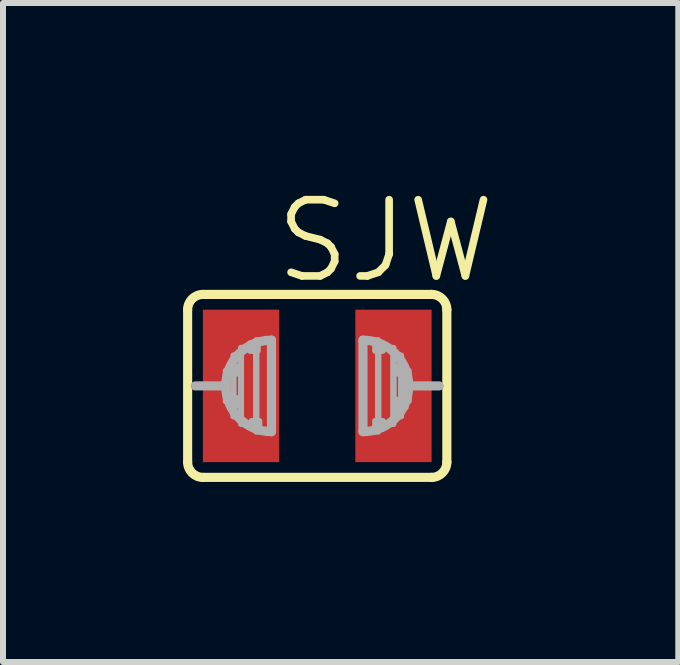
<source format=kicad_pcb>
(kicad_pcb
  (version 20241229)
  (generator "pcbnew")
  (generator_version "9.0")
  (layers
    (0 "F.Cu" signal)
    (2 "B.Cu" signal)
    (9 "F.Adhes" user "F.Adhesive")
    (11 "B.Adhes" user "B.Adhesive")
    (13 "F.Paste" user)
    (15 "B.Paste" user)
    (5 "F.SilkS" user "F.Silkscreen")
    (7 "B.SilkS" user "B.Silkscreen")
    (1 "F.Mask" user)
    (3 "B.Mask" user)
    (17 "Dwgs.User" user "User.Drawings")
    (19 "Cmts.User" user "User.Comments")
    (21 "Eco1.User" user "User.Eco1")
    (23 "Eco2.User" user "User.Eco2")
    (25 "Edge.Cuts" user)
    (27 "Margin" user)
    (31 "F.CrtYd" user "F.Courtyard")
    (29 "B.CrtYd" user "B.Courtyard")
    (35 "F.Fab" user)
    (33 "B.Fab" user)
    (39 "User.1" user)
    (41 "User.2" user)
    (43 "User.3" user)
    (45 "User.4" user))
  (footprint "SJW"
    (layer "F.Cu")
    (at 2.235 3.379)
    (property "Reference" "SJW" (at 1.137 -2.413 0) (layer "F.SilkS") (effects (font (size 1.27 1.27) (thickness 0.127))))
    (attr through_hole)
    (fp_line (start -2.159 1.27) (end -2.159 -1.27) (stroke (width 0.152) (type solid)) (layer "F.SilkS"))
    (fp_line (start -1.905 -1.524) (end 1.905 -1.524) (stroke (width 0.152) (type solid)) (layer "F.SilkS"))
    (fp_line (start 1.905 1.524) (end -1.905 1.524) (stroke (width 0.152) (type solid)) (layer "F.SilkS"))
    (fp_line (start 2.159 1.27) (end 2.159 -1.27) (stroke (width 0.152) (type solid)) (layer "F.SilkS"))
    (fp_arc (start -2.159 -1.27) (mid -2.084605 -1.449605) (end -1.905 -1.524) (stroke (width 0.1524) (type solid)) (layer "F.SilkS"))
    (fp_arc (start -1.905 1.524) (mid -2.084605 1.449605) (end -2.159 1.27) (stroke (width 0.1524) (type solid)) (layer "F.SilkS"))
    (fp_arc (start 1.905 -1.524) (mid 2.084605 -1.449605) (end 2.159 -1.27) (stroke (width 0.1524) (type solid)) (layer "F.SilkS"))
    (fp_arc (start 2.159 1.27) (mid 2.084605 1.449605) (end 1.905 1.524) (stroke (width 0.1524) (type solid)) (layer "F.SilkS"))
    (fp_line (start -1.524 0) (end -2.032 0) (stroke (width 0.152) (type solid)) (layer "F.Fab"))
    (fp_line (start -0.762 -0.762) (end -0.762 0.762) (stroke (width 0.152) (type solid)) (layer "F.Fab"))
    (fp_line (start 0.762 -0.762) (end 0.762 0.762) (stroke (width 0.152) (type solid)) (layer "F.Fab"))
    (fp_line (start 1.524 0) (end 2.032 0) (stroke (width 0.152) (type solid)) (layer "F.Fab"))
    (fp_arc (start -0.762 0.762) (mid -1.524 0) (end -0.762 -0.762) (stroke (width 0.1524) (type solid)) (layer "F.Fab"))
    (fp_arc (start 0.762 -0.762) (mid 1.524 0) (end 0.762 0.762) (stroke (width 0.1524) (type solid)) (layer "F.Fab"))
    (fp_poly (pts (xy -1.524 -0.254) (xy -1.397 -0.254) (xy -1.397 0.254) (xy -1.524 0.254)) (stroke (width 0.1) (type solid)) (fill no) (layer "F.Fab"))
    (fp_poly (pts (xy -1.473 -0.33) (xy -1.346 -0.33) (xy -1.346 -0.203) (xy -1.473 -0.203)) (stroke (width 0.1) (type solid)) (fill no) (layer "F.Fab"))
    (fp_poly (pts (xy -1.448 0.203) (xy -1.321 0.203) (xy -1.321 0.33) (xy -1.448 0.33)) (stroke (width 0.1) (type solid)) (fill no) (layer "F.Fab"))
    (fp_poly (pts (xy -1.397 -0.508) (xy -1.27 -0.508) (xy -1.27 0.508) (xy -1.397 0.508)) (stroke (width 0.1) (type solid)) (fill no) (layer "F.Fab"))
    (fp_poly (pts (xy -1.27 -0.635) (xy -1.016 -0.635) (xy -1.016 0.635) (xy -1.27 0.635)) (stroke (width 0.1) (type solid)) (fill no) (layer "F.Fab"))
    (fp_poly (pts (xy -1.118 -0.711) (xy -0.991 -0.711) (xy -0.991 -0.584) (xy -1.118 -0.584)) (stroke (width 0.1) (type solid)) (fill no) (layer "F.Fab"))
    (fp_poly (pts (xy -1.092 0.584) (xy -0.965 0.584) (xy -0.965 0.711) (xy -1.092 0.711)) (stroke (width 0.1) (type solid)) (fill no) (layer "F.Fab"))
    (fp_poly (pts (xy -1.016 -0.762) (xy -0.762 -0.762) (xy -0.762 0.762) (xy -1.016 0.762)) (stroke (width 0.1) (type solid)) (fill no) (layer "F.Fab"))
    (fp_poly (pts (xy 0.762 -0.762) (xy 1.016 -0.762) (xy 1.016 0.762) (xy 0.762 0.762)) (stroke (width 0.1) (type solid)) (fill no) (layer "F.Fab"))
    (fp_poly (pts (xy 0.965 -0.711) (xy 1.092 -0.711) (xy 1.092 -0.584) (xy 0.965 -0.584)) (stroke (width 0.1) (type solid)) (fill no) (layer "F.Fab"))
    (fp_poly (pts (xy 0.965 0.584) (xy 1.092 0.584) (xy 1.092 0.711) (xy 0.965 0.711)) (stroke (width 0.1) (type solid)) (fill no) (layer "F.Fab"))
    (fp_poly (pts (xy 1.016 -0.635) (xy 1.27 -0.635) (xy 1.27 0.635) (xy 1.016 0.635)) (stroke (width 0.1) (type solid)) (fill no) (layer "F.Fab"))
    (fp_poly (pts (xy 1.27 -0.508) (xy 1.397 -0.508) (xy 1.397 0.508) (xy 1.27 0.508)) (stroke (width 0.1) (type solid)) (fill no) (layer "F.Fab"))
    (fp_poly (pts (xy 1.346 -0.33) (xy 1.473 -0.33) (xy 1.473 -0.203) (xy 1.346 -0.203)) (stroke (width 0.1) (type solid)) (fill no) (layer "F.Fab"))
    (fp_poly (pts (xy 1.346 0.229) (xy 1.473 0.229) (xy 1.473 0.356) (xy 1.346 0.356)) (stroke (width 0.1) (type solid)) (fill no) (layer "F.Fab"))
    (fp_poly (pts (xy 1.397 -0.254) (xy 1.524 -0.254) (xy 1.524 0.254) (xy 1.397 0.254)) (stroke (width 0.1) (type solid)) (fill no) (layer "F.Fab"))
    (pad "1" smd rect (at -1.27 0) (size 1.27 2.54) (layers "F.Cu" "F.Mask" "F.Paste"))
    (pad "2" smd rect (at 1.27 0) (size 1.27 2.54) (layers "F.Cu" "F.Mask" "F.Paste")))
  (gr_rect
    (start -3 -3)
    (end 8.25 7.979)
    (stroke (width 0.1) (type default))
    (fill no)
    (layer "Edge.Cuts")))
</source>
